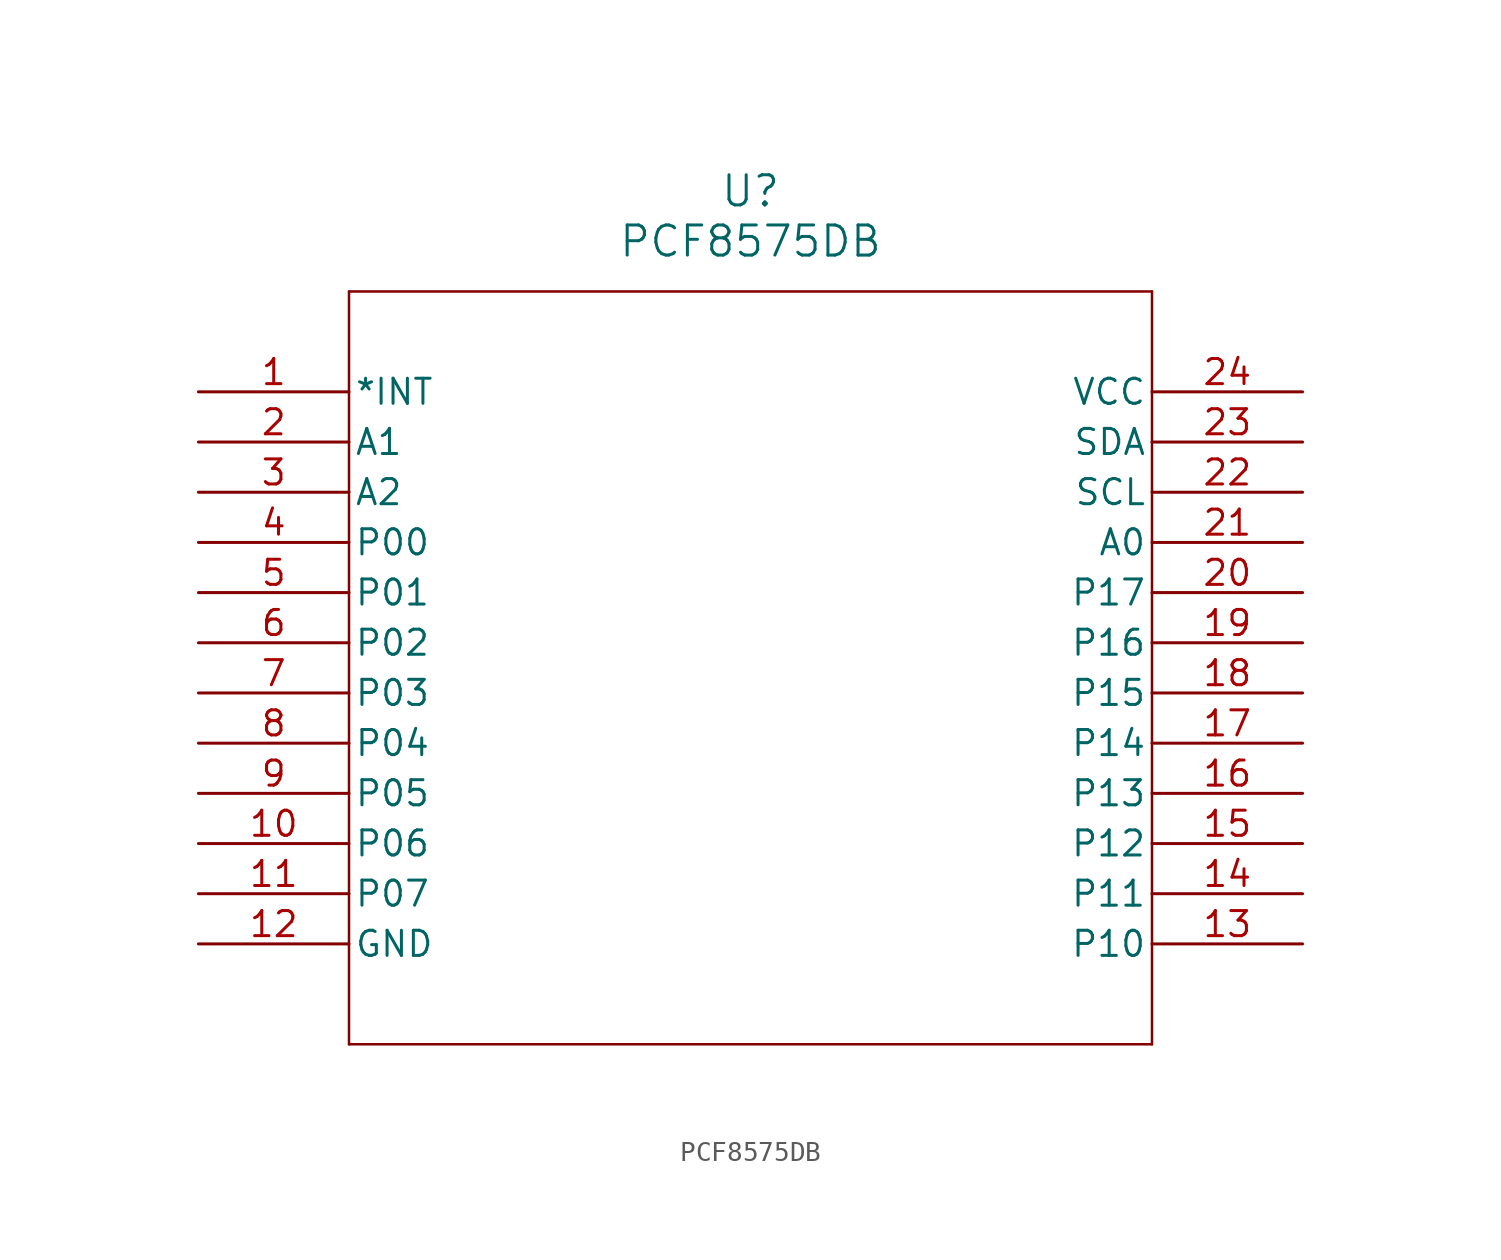
<source format=kicad_sym>
(kicad_symbol_lib
  (version 20211014)
  (generator kicad_symbol_editor)
  (symbol "PCF8575DB"
    (pin_names
      (offset 0.254))
    (property "Reference" "U"
      (at 27.94 10.16 0)
      (effects (font (size 1.524 1.524))))
    (property "Value" "PCF8575DB"
      (at 27.94 7.62 0)
      (effects (font (size 1.524 1.524))))
    (symbol "PCF8575DB_0_1"
      (polyline (pts (xy 7.62 5.08) (xy 7.62 -33.02)) (stroke (width 0.127) (type default) (color 0 0 0 0)) (fill (type none)))
      (polyline (pts (xy 7.62 -33.02) (xy 48.26 -33.02)) (stroke (width 0.127) (type default) (color 0 0 0 0)) (fill (type none)))
      (polyline (pts (xy 48.26 -33.02) (xy 48.26 5.08)) (stroke (width 0.127) (type default) (color 0 0 0 0)) (fill (type none)))
      (polyline (pts (xy 48.26 5.08) (xy 7.62 5.08)) (stroke (width 0.127) (type default) (color 0 0 0 0)) (fill (type none)))
      (pin output line (at 0 0 0) (length 7.62) (name "*INT" (effects (font (size 1.27 1.27)))) (number "1" (effects (font (size 1.27 1.27)))))
      (pin input line (at 0 -2.54 0) (length 7.62) (name "A1" (effects (font (size 1.27 1.27)))) (number "2" (effects (font (size 1.27 1.27)))))
      (pin input line (at 0 -5.08 0) (length 7.62) (name "A2" (effects (font (size 1.27 1.27)))) (number "3" (effects (font (size 1.27 1.27)))))
      (pin bidirectional line (at 0 -7.62 0) (length 7.62) (name "P00" (effects (font (size 1.27 1.27)))) (number "4" (effects (font (size 1.27 1.27)))))
      (pin bidirectional line (at 0 -10.16 0) (length 7.62) (name "P01" (effects (font (size 1.27 1.27)))) (number "5" (effects (font (size 1.27 1.27)))))
      (pin bidirectional line (at 0 -12.7 0) (length 7.62) (name "P02" (effects (font (size 1.27 1.27)))) (number "6" (effects (font (size 1.27 1.27)))))
      (pin bidirectional line (at 0 -15.24 0) (length 7.62) (name "P03" (effects (font (size 1.27 1.27)))) (number "7" (effects (font (size 1.27 1.27)))))
      (pin bidirectional line (at 0 -17.78 0) (length 7.62) (name "P04" (effects (font (size 1.27 1.27)))) (number "8" (effects (font (size 1.27 1.27)))))
      (pin bidirectional line (at 0 -20.32 0) (length 7.62) (name "P05" (effects (font (size 1.27 1.27)))) (number "9" (effects (font (size 1.27 1.27)))))
      (pin bidirectional line (at 0 -22.86 0) (length 7.62) (name "P06" (effects (font (size 1.27 1.27)))) (number "10" (effects (font (size 1.27 1.27)))))
      (pin bidirectional line (at 0 -25.4 0) (length 7.62) (name "P07" (effects (font (size 1.27 1.27)))) (number "11" (effects (font (size 1.27 1.27)))))
      (pin power_in line (at 0 -27.94 0) (length 7.62) (name "GND" (effects (font (size 1.27 1.27)))) (number "12" (effects (font (size 1.27 1.27)))))
      (pin bidirectional line (at 55.88 -27.94 180) (length 7.62) (name "P10" (effects (font (size 1.27 1.27)))) (number "13" (effects (font (size 1.27 1.27)))))
      (pin bidirectional line (at 55.88 -25.4 180) (length 7.62) (name "P11" (effects (font (size 1.27 1.27)))) (number "14" (effects (font (size 1.27 1.27)))))
      (pin bidirectional line (at 55.88 -22.86 180) (length 7.62) (name "P12" (effects (font (size 1.27 1.27)))) (number "15" (effects (font (size 1.27 1.27)))))
      (pin bidirectional line (at 55.88 -20.32 180) (length 7.62) (name "P13" (effects (font (size 1.27 1.27)))) (number "16" (effects (font (size 1.27 1.27)))))
      (pin bidirectional line (at 55.88 -17.78 180) (length 7.62) (name "P14" (effects (font (size 1.27 1.27)))) (number "17" (effects (font (size 1.27 1.27)))))
      (pin bidirectional line (at 55.88 -15.24 180) (length 7.62) (name "P15" (effects (font (size 1.27 1.27)))) (number "18" (effects (font (size 1.27 1.27)))))
      (pin bidirectional line (at 55.88 -12.7 180) (length 7.62) (name "P16" (effects (font (size 1.27 1.27)))) (number "19" (effects (font (size 1.27 1.27)))))
      (pin bidirectional line (at 55.88 -10.16 180) (length 7.62) (name "P17" (effects (font (size 1.27 1.27)))) (number "20" (effects (font (size 1.27 1.27)))))
      (pin input line (at 55.88 -7.62 180) (length 7.62) (name "A0" (effects (font (size 1.27 1.27)))) (number "21" (effects (font (size 1.27 1.27)))))
      (pin unspecified line (at 55.88 -5.08 180) (length 7.62) (name "SCL" (effects (font (size 1.27 1.27)))) (number "22" (effects (font (size 1.27 1.27)))))
      (pin unspecified line (at 55.88 -2.54 180) (length 7.62) (name "SDA" (effects (font (size 1.27 1.27)))) (number "23" (effects (font (size 1.27 1.27)))))
      (pin power_in line (at 55.88 0 180) (length 7.62) (name "VCC" (effects (font (size 1.27 1.27)))) (number "24" (effects (font (size 1.27 1.27))))))))
</source>
